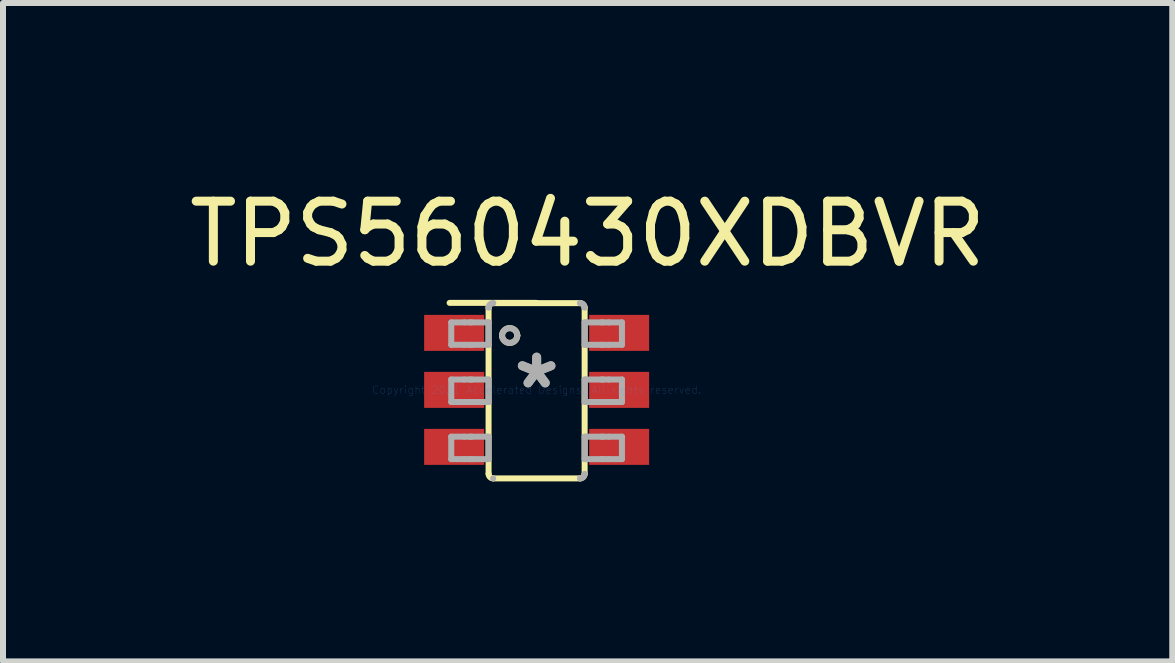
<source format=kicad_pcb>
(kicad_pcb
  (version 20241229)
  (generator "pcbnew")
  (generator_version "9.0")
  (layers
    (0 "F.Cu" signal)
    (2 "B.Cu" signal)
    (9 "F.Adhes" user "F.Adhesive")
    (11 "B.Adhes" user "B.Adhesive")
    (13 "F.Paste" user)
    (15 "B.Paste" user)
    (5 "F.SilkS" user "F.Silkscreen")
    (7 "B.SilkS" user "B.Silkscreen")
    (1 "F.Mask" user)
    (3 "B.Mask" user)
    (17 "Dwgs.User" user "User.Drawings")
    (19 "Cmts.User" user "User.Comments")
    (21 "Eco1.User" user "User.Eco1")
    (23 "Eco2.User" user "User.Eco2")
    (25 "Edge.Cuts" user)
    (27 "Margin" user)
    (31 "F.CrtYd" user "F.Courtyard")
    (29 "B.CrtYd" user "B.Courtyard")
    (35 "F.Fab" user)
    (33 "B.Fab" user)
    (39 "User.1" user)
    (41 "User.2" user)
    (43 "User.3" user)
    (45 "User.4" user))
  (footprint "TPS560430XDBVR"
    (layer "F.Cu")
    (at 5.894 3.448)
    (property "Reference" "TPS560430XDBVR" (at 0.85 -2.6 0) (layer "F.SilkS") (effects (font (size 1 1) (thickness 0.15))))
    (attr through_hole)
    (fp_line (start -1.45 -1.45) (end -0.002 -1.45) (stroke (width 0.1) (type solid)) (layer "F.SilkS"))
    (fp_line (start -0.801 1.399) (end -0.801 -1.37) (stroke (width 0.1) (type solid)) (layer "F.SilkS"))
    (fp_line (start -0.724 -1.446) (end 0.723 -1.446) (stroke (width 0.1) (type solid)) (layer "F.SilkS"))
    (fp_line (start -0.724 1.475) (end 0.723 1.475) (stroke (width 0.1) (type solid)) (layer "F.SilkS"))
    (fp_line (start 0.8 1.399) (end 0.8 -1.37) (stroke (width 0.1) (type solid)) (layer "F.SilkS"))
    (fp_arc (start -0.800692 -1.369924) (mid -0.778504 -1.423542) (end -0.724999 -1.446) (stroke (width 0.1) (type solid)) (layer "F.SilkS"))
    (fp_arc (start -0.725022 1.475001) (mid -0.778515 1.45254) (end -0.800692 1.398928) (stroke (width 0.1) (type solid)) (layer "F.SilkS"))
    (fp_arc (start -0.576536 -0.906071) (mid -0.449562 -1.033045) (end -0.322588 -0.906071) (stroke (width 0.1) (type solid)) (layer "F.SilkS"))
    (fp_arc (start -0.322587 -0.906071) (mid -0.449562 -0.779096) (end -0.576537 -0.906071) (stroke (width 0.1) (type solid)) (layer "F.SilkS"))
    (fp_arc (start 0.723864 -1.446) (mid 0.777349 -1.42352) (end 0.799508 -1.369901) (stroke (width 0.1) (type solid)) (layer "F.SilkS"))
    (fp_arc (start 0.799509 1.398951) (mid 0.777329 1.452551) (end 0.723841 1.475002) (stroke (width 0.1) (type solid)) (layer "F.SilkS"))
    (fp_line (start -1.423 -1.125) (end -1.206 -1.125) (stroke (width 0.1) (type solid)) (layer "F.Fab"))
    (fp_line (start -1.423 -0.751) (end -1.423 -1.125) (stroke (width 0.1) (type solid)) (layer "F.Fab"))
    (fp_line (start -1.423 -0.751) (end -1.206 -0.751) (stroke (width 0.1) (type solid)) (layer "F.Fab"))
    (fp_line (start -1.423 -0.173) (end -1.206 -0.173) (stroke (width 0.1) (type solid)) (layer "F.Fab"))
    (fp_line (start -1.423 0.202) (end -1.423 -0.173) (stroke (width 0.1) (type solid)) (layer "F.Fab"))
    (fp_line (start -1.423 0.202) (end -1.206 0.202) (stroke (width 0.1) (type solid)) (layer "F.Fab"))
    (fp_line (start -1.423 0.78) (end -1.206 0.78) (stroke (width 0.1) (type solid)) (layer "F.Fab"))
    (fp_line (start -1.423 1.154) (end -1.423 0.78) (stroke (width 0.1) (type solid)) (layer "F.Fab"))
    (fp_line (start -1.423 1.154) (end -1.206 1.154) (stroke (width 0.1) (type solid)) (layer "F.Fab"))
    (fp_line (start -1.206 -1.125) (end -1.113 -1.125) (stroke (width 0.1) (type solid)) (layer "F.Fab"))
    (fp_line (start -1.206 -0.751) (end -1.113 -0.751) (stroke (width 0.1) (type solid)) (layer "F.Fab"))
    (fp_line (start -1.206 -0.173) (end -1.113 -0.173) (stroke (width 0.1) (type solid)) (layer "F.Fab"))
    (fp_line (start -1.206 0.202) (end -1.113 0.202) (stroke (width 0.1) (type solid)) (layer "F.Fab"))
    (fp_line (start -1.206 0.78) (end -1.113 0.78) (stroke (width 0.1) (type solid)) (layer "F.Fab"))
    (fp_line (start -1.206 1.154) (end -1.113 1.154) (stroke (width 0.1) (type solid)) (layer "F.Fab"))
    (fp_line (start -1.113 -1.125) (end -1.081 -1.125) (stroke (width 0.1) (type solid)) (layer "F.Fab"))
    (fp_line (start -1.113 -0.751) (end -1.081 -0.751) (stroke (width 0.1) (type solid)) (layer "F.Fab"))
    (fp_line (start -1.113 -0.173) (end -1.081 -0.173) (stroke (width 0.1) (type solid)) (layer "F.Fab"))
    (fp_line (start -1.113 0.202) (end -1.081 0.202) (stroke (width 0.1) (type solid)) (layer "F.Fab"))
    (fp_line (start -1.113 0.78) (end -1.081 0.78) (stroke (width 0.1) (type solid)) (layer "F.Fab"))
    (fp_line (start -1.113 1.154) (end -1.081 1.154) (stroke (width 0.1) (type solid)) (layer "F.Fab"))
    (fp_line (start -1.081 -1.125) (end -0.828 -1.125) (stroke (width 0.1) (type solid)) (layer "F.Fab"))
    (fp_line (start -1.081 -0.751) (end -0.828 -0.751) (stroke (width 0.1) (type solid)) (layer "F.Fab"))
    (fp_line (start -1.081 -0.173) (end -0.828 -0.173) (stroke (width 0.1) (type solid)) (layer "F.Fab"))
    (fp_line (start -1.081 0.202) (end -0.828 0.202) (stroke (width 0.1) (type solid)) (layer "F.Fab"))
    (fp_line (start -1.081 0.78) (end -0.828 0.78) (stroke (width 0.1) (type solid)) (layer "F.Fab"))
    (fp_line (start -1.081 1.154) (end -0.828 1.154) (stroke (width 0.1) (type solid)) (layer "F.Fab"))
    (fp_line (start -0.828 -1.125) (end -0.801 -1.125) (stroke (width 0.1) (type solid)) (layer "F.Fab"))
    (fp_line (start -0.828 -0.751) (end -0.801 -0.751) (stroke (width 0.1) (type solid)) (layer "F.Fab"))
    (fp_line (start -0.828 -0.173) (end -0.801 -0.173) (stroke (width 0.1) (type solid)) (layer "F.Fab"))
    (fp_line (start -0.828 0.202) (end -0.801 0.202) (stroke (width 0.1) (type solid)) (layer "F.Fab"))
    (fp_line (start -0.828 0.78) (end -0.801 0.78) (stroke (width 0.1) (type solid)) (layer "F.Fab"))
    (fp_line (start -0.828 1.154) (end -0.801 1.154) (stroke (width 0.1) (type solid)) (layer "F.Fab"))
    (fp_line (start -0.801 -0.751) (end -0.801 -1.125) (stroke (width 0.1) (type solid)) (layer "F.Fab"))
    (fp_line (start -0.801 0.202) (end -0.801 -0.173) (stroke (width 0.1) (type solid)) (layer "F.Fab"))
    (fp_line (start -0.801 1.154) (end -0.801 0.78) (stroke (width 0.1) (type solid)) (layer "F.Fab"))
    (fp_line (start -0.725 -1.446) (end -0.724 -1.446) (stroke (width 0.1) (type solid)) (layer "F.Fab"))
    (fp_line (start -0.725 1.475) (end -0.724 1.475) (stroke (width 0.1) (type solid)) (layer "F.Fab"))
    (fp_line (start 0.723 -1.446) (end 0.724 -1.446) (stroke (width 0.1) (type solid)) (layer "F.Fab"))
    (fp_line (start 0.723 1.475) (end 0.724 1.475) (stroke (width 0.1) (type solid)) (layer "F.Fab"))
    (fp_line (start 0.8 -1.125) (end 0.827 -1.125) (stroke (width 0.1) (type solid)) (layer "F.Fab"))
    (fp_line (start 0.8 -0.751) (end 0.8 -1.125) (stroke (width 0.1) (type solid)) (layer "F.Fab"))
    (fp_line (start 0.8 -0.751) (end 0.827 -0.751) (stroke (width 0.1) (type solid)) (layer "F.Fab"))
    (fp_line (start 0.8 -0.173) (end 0.827 -0.173) (stroke (width 0.1) (type solid)) (layer "F.Fab"))
    (fp_line (start 0.8 0.202) (end 0.8 -0.173) (stroke (width 0.1) (type solid)) (layer "F.Fab"))
    (fp_line (start 0.8 0.202) (end 0.827 0.202) (stroke (width 0.1) (type solid)) (layer "F.Fab"))
    (fp_line (start 0.8 0.78) (end 0.827 0.78) (stroke (width 0.1) (type solid)) (layer "F.Fab"))
    (fp_line (start 0.8 1.154) (end 0.8 0.78) (stroke (width 0.1) (type solid)) (layer "F.Fab"))
    (fp_line (start 0.8 1.154) (end 0.827 1.154) (stroke (width 0.1) (type solid)) (layer "F.Fab"))
    (fp_line (start 0.827 -1.125) (end 1.08 -1.125) (stroke (width 0.1) (type solid)) (layer "F.Fab"))
    (fp_line (start 0.827 -0.751) (end 1.08 -0.751) (stroke (width 0.1) (type solid)) (layer "F.Fab"))
    (fp_line (start 0.827 -0.173) (end 1.08 -0.173) (stroke (width 0.1) (type solid)) (layer "F.Fab"))
    (fp_line (start 0.827 0.202) (end 1.08 0.202) (stroke (width 0.1) (type solid)) (layer "F.Fab"))
    (fp_line (start 0.827 0.78) (end 1.08 0.78) (stroke (width 0.1) (type solid)) (layer "F.Fab"))
    (fp_line (start 0.827 1.154) (end 1.08 1.154) (stroke (width 0.1) (type solid)) (layer "F.Fab"))
    (fp_line (start 1.08 -1.125) (end 1.112 -1.125) (stroke (width 0.1) (type solid)) (layer "F.Fab"))
    (fp_line (start 1.08 -0.751) (end 1.112 -0.751) (stroke (width 0.1) (type solid)) (layer "F.Fab"))
    (fp_line (start 1.08 -0.173) (end 1.112 -0.173) (stroke (width 0.1) (type solid)) (layer "F.Fab"))
    (fp_line (start 1.08 0.202) (end 1.112 0.202) (stroke (width 0.1) (type solid)) (layer "F.Fab"))
    (fp_line (start 1.08 0.78) (end 1.112 0.78) (stroke (width 0.1) (type solid)) (layer "F.Fab"))
    (fp_line (start 1.08 1.154) (end 1.112 1.154) (stroke (width 0.1) (type solid)) (layer "F.Fab"))
    (fp_line (start 1.112 -1.125) (end 1.205 -1.125) (stroke (width 0.1) (type solid)) (layer "F.Fab"))
    (fp_line (start 1.112 -0.751) (end 1.205 -0.751) (stroke (width 0.1) (type solid)) (layer "F.Fab"))
    (fp_line (start 1.112 -0.173) (end 1.205 -0.173) (stroke (width 0.1) (type solid)) (layer "F.Fab"))
    (fp_line (start 1.112 0.202) (end 1.205 0.202) (stroke (width 0.1) (type solid)) (layer "F.Fab"))
    (fp_line (start 1.112 0.78) (end 1.205 0.78) (stroke (width 0.1) (type solid)) (layer "F.Fab"))
    (fp_line (start 1.112 1.154) (end 1.205 1.154) (stroke (width 0.1) (type solid)) (layer "F.Fab"))
    (fp_line (start 1.205 -1.125) (end 1.422 -1.125) (stroke (width 0.1) (type solid)) (layer "F.Fab"))
    (fp_line (start 1.205 -0.751) (end 1.422 -0.751) (stroke (width 0.1) (type solid)) (layer "F.Fab"))
    (fp_line (start 1.205 -0.173) (end 1.422 -0.173) (stroke (width 0.1) (type solid)) (layer "F.Fab"))
    (fp_line (start 1.205 0.202) (end 1.422 0.202) (stroke (width 0.1) (type solid)) (layer "F.Fab"))
    (fp_line (start 1.205 0.78) (end 1.422 0.78) (stroke (width 0.1) (type solid)) (layer "F.Fab"))
    (fp_line (start 1.205 1.154) (end 1.422 1.154) (stroke (width 0.1) (type solid)) (layer "F.Fab"))
    (fp_line (start 1.422 -0.751) (end 1.422 -1.125) (stroke (width 0.1) (type solid)) (layer "F.Fab"))
    (fp_line (start 1.422 0.202) (end 1.422 -0.173) (stroke (width 0.1) (type solid)) (layer "F.Fab"))
    (fp_line (start 1.422 1.154) (end 1.422 0.78) (stroke (width 0.1) (type solid)) (layer "F.Fab"))
    (fp_arc (start -0.800692 -1.369901) (mid -0.778512 -1.423534) (end -0.724999 -1.446) (stroke (width 0.1) (type solid)) (layer "F.Fab"))
    (fp_arc (start -0.576536 -0.906071) (mid -0.449562 -1.033045) (end -0.322588 -0.906071) (stroke (width 0.1) (type solid)) (layer "F.Fab"))
    (fp_arc (start -0.322587 -0.906071) (mid -0.449562 -0.779096) (end -0.576537 -0.906071) (stroke (width 0.1) (type solid)) (layer "F.Fab"))
    (fp_arc (start 0.723841 -1.446) (mid 0.777341 -1.423528) (end 0.799508 -1.369901) (stroke (width 0.1) (type solid)) (layer "F.Fab"))
    (fp_arc (start 0.799509 1.398928) (mid 0.777337 1.452543) (end 0.723841 1.475002) (stroke (width 0.1) (type solid)) (layer "F.Fab"))
    (fp_text user "Copyright 2021 Accelerated Designs. All rights reserved." (at 0 0 0) (layer "Cmts.User") (effects (font (size 0.127 0.127) (thickness 0.002))))
    (fp_text user "*" (at 0 0 0) (layer "F.Fab") (effects (font (size 1 1) (thickness 0.15))))
    (fp_text user "*" (at 0 0 0) (layer "F.Fab") (effects (font (size 1 1) (thickness 0.15))))
    (pad "1" smd rect (at -1.375 -0.95 90) (size 0.6 1) (layers "F.Cu" "F.Mask" "F.Paste"))
    (pad "2" smd rect (at -1.375 0 90) (size 0.6 1) (layers "F.Cu" "F.Mask" "F.Paste"))
    (pad "3" smd rect (at -1.375 0.95 90) (size 0.6 1) (layers "F.Cu" "F.Mask" "F.Paste"))
    (pad "4" smd rect (at 1.375 0.95 90) (size 0.6 1) (layers "F.Cu" "F.Mask" "F.Paste"))
    (pad "5" smd rect (at 1.375 0 90) (size 0.6 1) (layers "F.Cu" "F.Mask" "F.Paste"))
    (pad "6" smd rect (at 1.375 -0.95 90) (size 0.6 1) (layers "F.Cu" "F.Mask" "F.Paste")))
  (gr_rect
    (start -3 -3)
    (end 16.488 7.973)
    (stroke (width 0.1) (type default))
    (fill no)
    (layer "Edge.Cuts")))
</source>
